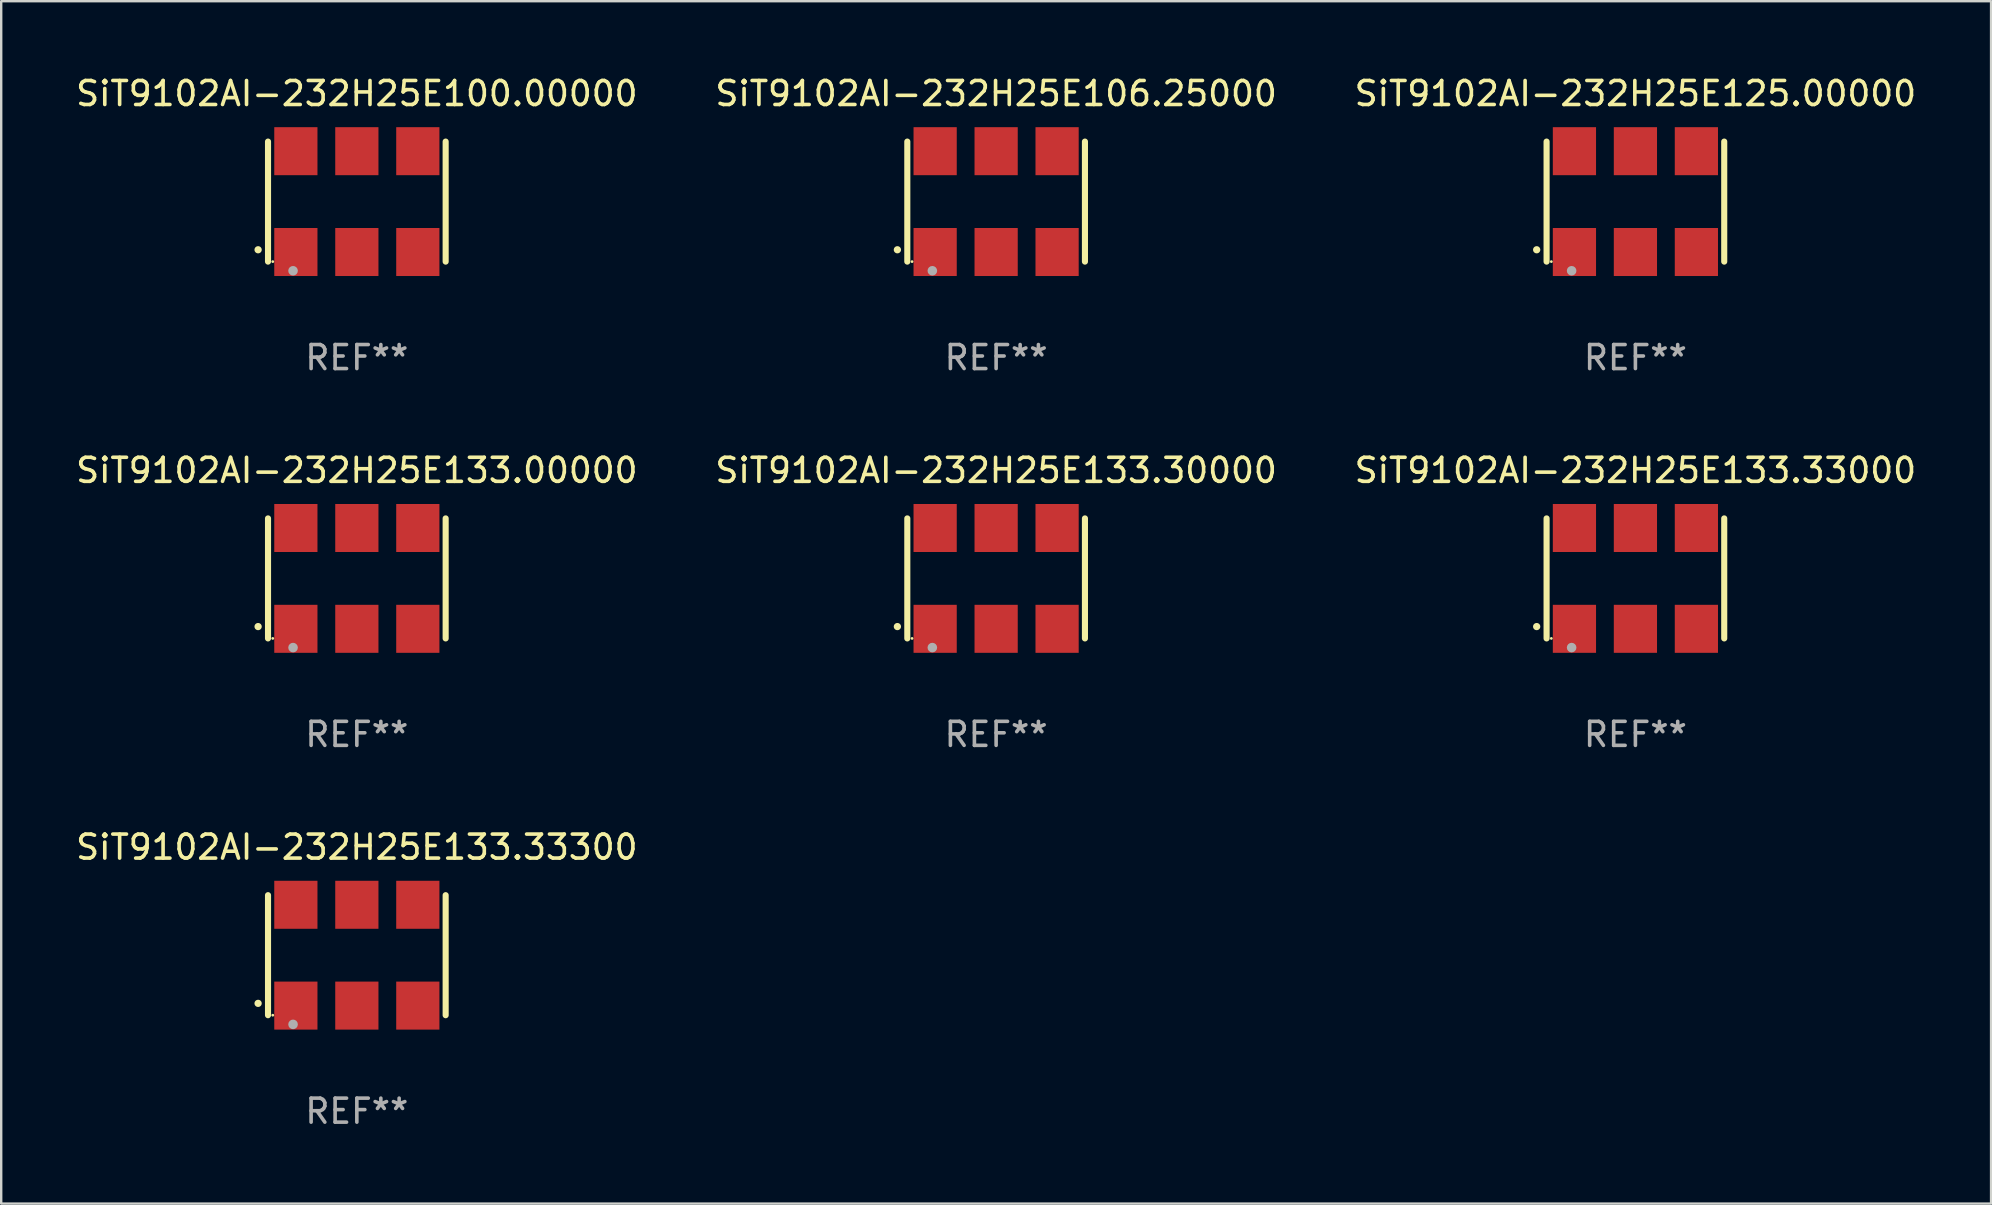
<source format=kicad_pcb>
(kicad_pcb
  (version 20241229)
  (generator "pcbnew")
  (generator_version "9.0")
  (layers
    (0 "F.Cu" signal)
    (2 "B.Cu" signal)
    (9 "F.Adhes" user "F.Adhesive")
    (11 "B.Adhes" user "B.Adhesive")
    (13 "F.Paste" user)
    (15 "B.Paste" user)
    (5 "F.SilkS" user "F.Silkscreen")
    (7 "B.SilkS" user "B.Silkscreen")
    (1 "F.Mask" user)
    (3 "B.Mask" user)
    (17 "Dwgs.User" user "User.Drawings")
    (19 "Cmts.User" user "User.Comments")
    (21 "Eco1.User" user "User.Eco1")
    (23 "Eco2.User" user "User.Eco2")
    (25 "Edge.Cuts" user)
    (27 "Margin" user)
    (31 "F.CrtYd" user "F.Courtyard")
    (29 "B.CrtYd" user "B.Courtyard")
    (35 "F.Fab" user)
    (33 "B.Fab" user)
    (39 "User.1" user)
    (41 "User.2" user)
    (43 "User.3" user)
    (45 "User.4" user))
  (footprint "SiT9102AI-232H25E133.30000"
    (layer "F.Cu")
    (at 38.446 21.045)
    (property "Reference" "SiT9102AI-232H25E133.30000" (at 0 -4.5 0) (layer "F.SilkS") (effects (font (size 1 1) (thickness 0.15))))
    (attr through_hole)
    (fp_line (start -3.7 -2.5) (end -3.7 2.5) (stroke (width 0.254) (type solid)) (layer "F.SilkS"))
    (fp_line (start 3.7 -2.5) (end 3.7 2.5) (stroke (width 0.254) (type solid)) (layer "F.SilkS"))
    (fp_arc (start -4.114415 2.006604) (mid -4.113145 2.006599) (end -4.111875 2.006604) (stroke (width 0.3) (type solid)) (layer "F.SilkS"))
    (fp_circle (center -3.502 2.5) (end -3.472 2.5) (stroke (width 0.06) (type solid)) (fill no) (layer "F.SilkS"))
    (fp_circle (center -2.657 2.882) (end -2.557 2.882) (stroke (width 0.2) (type solid)) (fill no) (layer "F.Fab"))
    (fp_text user "REF**" (at 0 6.5 0) (layer "F.Fab") (effects (font (size 1 1) (thickness 0.15))))
    (pad "1" smd rect (at -2.54 2.1) (size 1.8 2) (layers "F.Cu" "F.Mask" "F.Paste"))
    (pad "2" smd rect (at 0.000394 2.1) (size 1.8 2) (layers "F.Cu" "F.Mask" "F.Paste"))
    (pad "3" smd rect (at 2.54 2.1) (size 1.8 2) (layers "F.Cu" "F.Mask" "F.Paste"))
    (pad "4" smd rect (at 2.54 -2.1) (size 1.8 2) (layers "F.Cu" "F.Mask" "F.Paste"))
    (pad "5" smd rect (at 0.000394 -2.1) (size 1.8 2) (layers "F.Cu" "F.Mask" "F.Paste"))
    (pad "6" smd rect (at -2.54 -2.1) (size 1.8 2) (layers "F.Cu" "F.Mask" "F.Paste")))
  (footprint "SiT9102AI-232H25E125.00000"
    (layer "F.Cu")
    (at 65.077 5.348)
    (property "Reference" "SiT9102AI-232H25E125.00000" (at 0 -4.5 0) (layer "F.SilkS") (effects (font (size 1 1) (thickness 0.15))))
    (attr through_hole)
    (fp_line (start -3.7 -2.5) (end -3.7 2.5) (stroke (width 0.254) (type solid)) (layer "F.SilkS"))
    (fp_line (start 3.7 -2.5) (end 3.7 2.5) (stroke (width 0.254) (type solid)) (layer "F.SilkS"))
    (fp_arc (start -4.114415 2.006604) (mid -4.113145 2.006599) (end -4.111875 2.006604) (stroke (width 0.3) (type solid)) (layer "F.SilkS"))
    (fp_circle (center -3.502 2.5) (end -3.472 2.5) (stroke (width 0.06) (type solid)) (fill no) (layer "F.SilkS"))
    (fp_circle (center -2.657 2.882) (end -2.557 2.882) (stroke (width 0.2) (type solid)) (fill no) (layer "F.Fab"))
    (fp_text user "REF**" (at 0 6.5 0) (layer "F.Fab") (effects (font (size 1 1) (thickness 0.15))))
    (pad "1" smd rect (at -2.54 2.1) (size 1.8 2) (layers "F.Cu" "F.Mask" "F.Paste"))
    (pad "2" smd rect (at 0.000394 2.1) (size 1.8 2) (layers "F.Cu" "F.Mask" "F.Paste"))
    (pad "3" smd rect (at 2.54 2.1) (size 1.8 2) (layers "F.Cu" "F.Mask" "F.Paste"))
    (pad "4" smd rect (at 2.54 -2.1) (size 1.8 2) (layers "F.Cu" "F.Mask" "F.Paste"))
    (pad "5" smd rect (at 0.000394 -2.1) (size 1.8 2) (layers "F.Cu" "F.Mask" "F.Paste"))
    (pad "6" smd rect (at -2.54 -2.1) (size 1.8 2) (layers "F.Cu" "F.Mask" "F.Paste")))
  (footprint "SiT9102AI-232H25E133.33300"
    (layer "F.Cu")
    (at 11.815 36.741)
    (property "Reference" "SiT9102AI-232H25E133.33300" (at 0 -4.5 0) (layer "F.SilkS") (effects (font (size 1 1) (thickness 0.15))))
    (attr through_hole)
    (fp_line (start -3.7 -2.5) (end -3.7 2.5) (stroke (width 0.254) (type solid)) (layer "F.SilkS"))
    (fp_line (start 3.7 -2.5) (end 3.7 2.5) (stroke (width 0.254) (type solid)) (layer "F.SilkS"))
    (fp_arc (start -4.114415 2.006604) (mid -4.113145 2.006599) (end -4.111875 2.006604) (stroke (width 0.3) (type solid)) (layer "F.SilkS"))
    (fp_circle (center -3.502 2.5) (end -3.472 2.5) (stroke (width 0.06) (type solid)) (fill no) (layer "F.SilkS"))
    (fp_circle (center -2.657 2.882) (end -2.557 2.882) (stroke (width 0.2) (type solid)) (fill no) (layer "F.Fab"))
    (fp_text user "REF**" (at 0 6.5 0) (layer "F.Fab") (effects (font (size 1 1) (thickness 0.15))))
    (pad "1" smd rect (at -2.54 2.1) (size 1.8 2) (layers "F.Cu" "F.Mask" "F.Paste"))
    (pad "2" smd rect (at 0.000394 2.1) (size 1.8 2) (layers "F.Cu" "F.Mask" "F.Paste"))
    (pad "3" smd rect (at 2.54 2.1) (size 1.8 2) (layers "F.Cu" "F.Mask" "F.Paste"))
    (pad "4" smd rect (at 2.54 -2.1) (size 1.8 2) (layers "F.Cu" "F.Mask" "F.Paste"))
    (pad "5" smd rect (at 0.000394 -2.1) (size 1.8 2) (layers "F.Cu" "F.Mask" "F.Paste"))
    (pad "6" smd rect (at -2.54 -2.1) (size 1.8 2) (layers "F.Cu" "F.Mask" "F.Paste")))
  (footprint "SiT9102AI-232H25E100.00000"
    (layer "F.Cu")
    (at 11.815 5.348)
    (property "Reference" "SiT9102AI-232H25E100.00000" (at 0 -4.5 0) (layer "F.SilkS") (effects (font (size 1 1) (thickness 0.15))))
    (attr through_hole)
    (fp_line (start -3.7 -2.5) (end -3.7 2.5) (stroke (width 0.254) (type solid)) (layer "F.SilkS"))
    (fp_line (start 3.7 -2.5) (end 3.7 2.5) (stroke (width 0.254) (type solid)) (layer "F.SilkS"))
    (fp_arc (start -4.114415 2.006604) (mid -4.113145 2.006599) (end -4.111875 2.006604) (stroke (width 0.3) (type solid)) (layer "F.SilkS"))
    (fp_circle (center -3.502 2.5) (end -3.472 2.5) (stroke (width 0.06) (type solid)) (fill no) (layer "F.SilkS"))
    (fp_circle (center -2.657 2.882) (end -2.557 2.882) (stroke (width 0.2) (type solid)) (fill no) (layer "F.Fab"))
    (fp_text user "REF**" (at 0 6.5 0) (layer "F.Fab") (effects (font (size 1 1) (thickness 0.15))))
    (pad "1" smd rect (at -2.54 2.1) (size 1.8 2) (layers "F.Cu" "F.Mask" "F.Paste"))
    (pad "2" smd rect (at 0.000394 2.1) (size 1.8 2) (layers "F.Cu" "F.Mask" "F.Paste"))
    (pad "3" smd rect (at 2.54 2.1) (size 1.8 2) (layers "F.Cu" "F.Mask" "F.Paste"))
    (pad "4" smd rect (at 2.54 -2.1) (size 1.8 2) (layers "F.Cu" "F.Mask" "F.Paste"))
    (pad "5" smd rect (at 0.000394 -2.1) (size 1.8 2) (layers "F.Cu" "F.Mask" "F.Paste"))
    (pad "6" smd rect (at -2.54 -2.1) (size 1.8 2) (layers "F.Cu" "F.Mask" "F.Paste")))
  (footprint "SiT9102AI-232H25E133.00000"
    (layer "F.Cu")
    (at 11.815 21.045)
    (property "Reference" "SiT9102AI-232H25E133.00000" (at 0 -4.5 0) (layer "F.SilkS") (effects (font (size 1 1) (thickness 0.15))))
    (attr through_hole)
    (fp_line (start -3.7 -2.5) (end -3.7 2.5) (stroke (width 0.254) (type solid)) (layer "F.SilkS"))
    (fp_line (start 3.7 -2.5) (end 3.7 2.5) (stroke (width 0.254) (type solid)) (layer "F.SilkS"))
    (fp_arc (start -4.114415 2.006604) (mid -4.113145 2.006599) (end -4.111875 2.006604) (stroke (width 0.3) (type solid)) (layer "F.SilkS"))
    (fp_circle (center -3.502 2.5) (end -3.472 2.5) (stroke (width 0.06) (type solid)) (fill no) (layer "F.SilkS"))
    (fp_circle (center -2.657 2.882) (end -2.557 2.882) (stroke (width 0.2) (type solid)) (fill no) (layer "F.Fab"))
    (fp_text user "REF**" (at 0 6.5 0) (layer "F.Fab") (effects (font (size 1 1) (thickness 0.15))))
    (pad "1" smd rect (at -2.54 2.1) (size 1.8 2) (layers "F.Cu" "F.Mask" "F.Paste"))
    (pad "2" smd rect (at 0.000394 2.1) (size 1.8 2) (layers "F.Cu" "F.Mask" "F.Paste"))
    (pad "3" smd rect (at 2.54 2.1) (size 1.8 2) (layers "F.Cu" "F.Mask" "F.Paste"))
    (pad "4" smd rect (at 2.54 -2.1) (size 1.8 2) (layers "F.Cu" "F.Mask" "F.Paste"))
    (pad "5" smd rect (at 0.000394 -2.1) (size 1.8 2) (layers "F.Cu" "F.Mask" "F.Paste"))
    (pad "6" smd rect (at -2.54 -2.1) (size 1.8 2) (layers "F.Cu" "F.Mask" "F.Paste")))
  (footprint "SiT9102AI-232H25E133.33000"
    (layer "F.Cu")
    (at 65.077 21.045)
    (property "Reference" "SiT9102AI-232H25E133.33000" (at 0 -4.5 0) (layer "F.SilkS") (effects (font (size 1 1) (thickness 0.15))))
    (attr through_hole)
    (fp_line (start -3.7 -2.5) (end -3.7 2.5) (stroke (width 0.254) (type solid)) (layer "F.SilkS"))
    (fp_line (start 3.7 -2.5) (end 3.7 2.5) (stroke (width 0.254) (type solid)) (layer "F.SilkS"))
    (fp_arc (start -4.114415 2.006604) (mid -4.113145 2.006599) (end -4.111875 2.006604) (stroke (width 0.3) (type solid)) (layer "F.SilkS"))
    (fp_circle (center -3.502 2.5) (end -3.472 2.5) (stroke (width 0.06) (type solid)) (fill no) (layer "F.SilkS"))
    (fp_circle (center -2.657 2.882) (end -2.557 2.882) (stroke (width 0.2) (type solid)) (fill no) (layer "F.Fab"))
    (fp_text user "REF**" (at 0 6.5 0) (layer "F.Fab") (effects (font (size 1 1) (thickness 0.15))))
    (pad "1" smd rect (at -2.54 2.1) (size 1.8 2) (layers "F.Cu" "F.Mask" "F.Paste"))
    (pad "2" smd rect (at 0.000394 2.1) (size 1.8 2) (layers "F.Cu" "F.Mask" "F.Paste"))
    (pad "3" smd rect (at 2.54 2.1) (size 1.8 2) (layers "F.Cu" "F.Mask" "F.Paste"))
    (pad "4" smd rect (at 2.54 -2.1) (size 1.8 2) (layers "F.Cu" "F.Mask" "F.Paste"))
    (pad "5" smd rect (at 0.000394 -2.1) (size 1.8 2) (layers "F.Cu" "F.Mask" "F.Paste"))
    (pad "6" smd rect (at -2.54 -2.1) (size 1.8 2) (layers "F.Cu" "F.Mask" "F.Paste")))
  (footprint "SiT9102AI-232H25E106.25000"
    (layer "F.Cu")
    (at 38.446 5.348)
    (property "Reference" "SiT9102AI-232H25E106.25000" (at 0 -4.5 0) (layer "F.SilkS") (effects (font (size 1 1) (thickness 0.15))))
    (attr through_hole)
    (fp_line (start -3.7 -2.5) (end -3.7 2.5) (stroke (width 0.254) (type solid)) (layer "F.SilkS"))
    (fp_line (start 3.7 -2.5) (end 3.7 2.5) (stroke (width 0.254) (type solid)) (layer "F.SilkS"))
    (fp_arc (start -4.114415 2.006604) (mid -4.113145 2.006599) (end -4.111875 2.006604) (stroke (width 0.3) (type solid)) (layer "F.SilkS"))
    (fp_circle (center -3.502 2.5) (end -3.472 2.5) (stroke (width 0.06) (type solid)) (fill no) (layer "F.SilkS"))
    (fp_circle (center -2.657 2.882) (end -2.557 2.882) (stroke (width 0.2) (type solid)) (fill no) (layer "F.Fab"))
    (fp_text user "REF**" (at 0 6.5 0) (layer "F.Fab") (effects (font (size 1 1) (thickness 0.15))))
    (pad "1" smd rect (at -2.54 2.1) (size 1.8 2) (layers "F.Cu" "F.Mask" "F.Paste"))
    (pad "2" smd rect (at 0.000394 2.1) (size 1.8 2) (layers "F.Cu" "F.Mask" "F.Paste"))
    (pad "3" smd rect (at 2.54 2.1) (size 1.8 2) (layers "F.Cu" "F.Mask" "F.Paste"))
    (pad "4" smd rect (at 2.54 -2.1) (size 1.8 2) (layers "F.Cu" "F.Mask" "F.Paste"))
    (pad "5" smd rect (at 0.000394 -2.1) (size 1.8 2) (layers "F.Cu" "F.Mask" "F.Paste"))
    (pad "6" smd rect (at -2.54 -2.1) (size 1.8 2) (layers "F.Cu" "F.Mask" "F.Paste")))
  (gr_rect
    (start -3 -3)
    (end 79.893 47.09)
    (stroke (width 0.1) (type default))
    (fill no)
    (layer "Edge.Cuts")))
</source>
